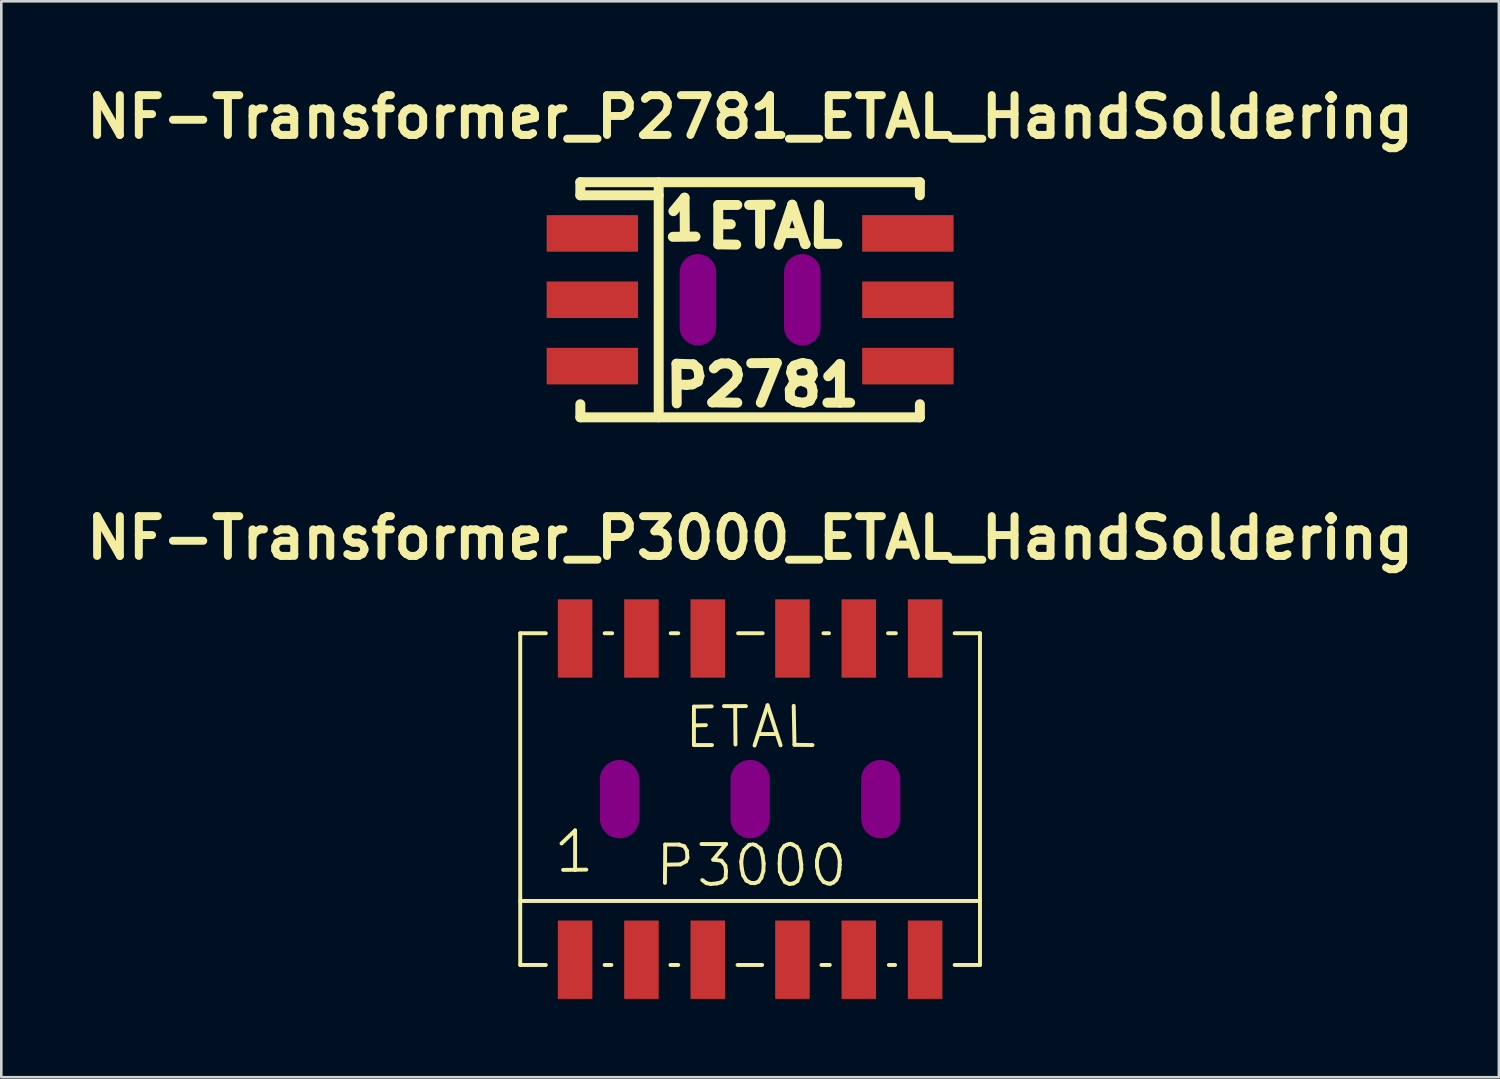
<source format=kicad_pcb>
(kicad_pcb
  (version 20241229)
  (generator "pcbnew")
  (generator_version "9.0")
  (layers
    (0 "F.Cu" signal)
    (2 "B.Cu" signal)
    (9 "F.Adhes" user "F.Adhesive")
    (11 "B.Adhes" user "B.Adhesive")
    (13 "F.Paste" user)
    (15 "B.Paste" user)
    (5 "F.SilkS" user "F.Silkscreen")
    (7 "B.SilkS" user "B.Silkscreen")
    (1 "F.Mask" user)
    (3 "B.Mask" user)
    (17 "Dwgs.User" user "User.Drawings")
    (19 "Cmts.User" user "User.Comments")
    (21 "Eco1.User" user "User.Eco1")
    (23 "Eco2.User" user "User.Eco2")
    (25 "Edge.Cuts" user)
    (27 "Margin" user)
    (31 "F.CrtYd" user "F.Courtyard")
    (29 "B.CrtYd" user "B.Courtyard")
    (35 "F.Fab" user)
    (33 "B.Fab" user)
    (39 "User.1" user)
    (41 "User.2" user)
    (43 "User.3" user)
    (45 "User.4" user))
  (footprint "NF-Transformer_P3000_ETAL_HandSoldering"
    (layer "F.Cu")
    (at 25.669 27.545)
    (property "Reference" "NF-Transformer_P3000_ETAL_HandSoldering" (at 0 -10 0) (layer "F.SilkS") (effects (font (size 1.524 1.524) (thickness 0.305))))
    (attr smd)
    (fp_line (start -8.801 -6.35) (end -7.821 -6.35) (stroke (width 0.15) (type solid)) (layer "F.SilkS"))
    (fp_line (start -8.801 6.35) (end -8.801 -6.35) (stroke (width 0.15) (type solid)) (layer "F.SilkS"))
    (fp_line (start -7.821 6.35) (end -8.801 6.35) (stroke (width 0.15) (type solid)) (layer "F.SilkS"))
    (fp_line (start -7.221 1.699) (end -6.701 1.199) (stroke (width 0.15) (type solid)) (layer "F.SilkS"))
    (fp_line (start -7.16 2.71) (end -6.271 2.7) (stroke (width 0.15) (type solid)) (layer "F.SilkS"))
    (fp_line (start -6.701 1.199) (end -6.701 2.72) (stroke (width 0.15) (type solid)) (layer "F.SilkS"))
    (fp_line (start -5.57 -6.35) (end -5.281 -6.35) (stroke (width 0.15) (type solid)) (layer "F.SilkS"))
    (fp_line (start -5.311 6.35) (end -5.57 6.35) (stroke (width 0.15) (type solid)) (layer "F.SilkS"))
    (fp_line (start -3.261 3.208) (end -3.251 1.74) (stroke (width 0.15) (type solid)) (layer "F.SilkS"))
    (fp_line (start -3.251 1.74) (end -2.72 1.74) (stroke (width 0.15) (type solid)) (layer "F.SilkS"))
    (fp_line (start -3.04 -6.35) (end -2.751 -6.35) (stroke (width 0.15) (type solid)) (layer "F.SilkS"))
    (fp_line (start -2.751 6.35) (end -3.051 6.35) (stroke (width 0.15) (type solid)) (layer "F.SilkS"))
    (fp_line (start -2.72 1.74) (end -2.52 1.808) (stroke (width 0.15) (type solid)) (layer "F.SilkS"))
    (fp_line (start -2.67 2.499) (end -3.17 2.51) (stroke (width 0.15) (type solid)) (layer "F.SilkS"))
    (fp_line (start -2.52 1.808) (end -2.421 1.979) (stroke (width 0.15) (type solid)) (layer "F.SilkS"))
    (fp_line (start -2.451 2.38) (end -2.67 2.499) (stroke (width 0.15) (type solid)) (layer "F.SilkS"))
    (fp_line (start -2.421 1.979) (end -2.4 2.24) (stroke (width 0.15) (type solid)) (layer "F.SilkS"))
    (fp_line (start -2.4 2.24) (end -2.451 2.38) (stroke (width 0.15) (type solid)) (layer "F.SilkS"))
    (fp_line (start -2.151 -3.541) (end -2.151 -2.07) (stroke (width 0.15) (type solid)) (layer "F.SilkS"))
    (fp_line (start -2.151 -2.822) (end -1.692 -2.832) (stroke (width 0.15) (type solid)) (layer "F.SilkS"))
    (fp_line (start -2.151 -2.07) (end -1.46 -2.07) (stroke (width 0.15) (type solid)) (layer "F.SilkS"))
    (fp_line (start -1.862 1.72) (end -0.922 1.72) (stroke (width 0.15) (type solid)) (layer "F.SilkS"))
    (fp_line (start -1.671 3.218) (end -1.831 3.099) (stroke (width 0.15) (type solid)) (layer "F.SilkS"))
    (fp_line (start -1.511 3.249) (end -1.671 3.218) (stroke (width 0.15) (type solid)) (layer "F.SilkS"))
    (fp_line (start -1.471 -3.551) (end -2.151 -3.541) (stroke (width 0.15) (type solid)) (layer "F.SilkS"))
    (fp_line (start -1.41 2.319) (end -1.1 2.36) (stroke (width 0.15) (type solid)) (layer "F.SilkS"))
    (fp_line (start -1.27 3.228) (end -1.511 3.249) (stroke (width 0.15) (type solid)) (layer "F.SilkS"))
    (fp_line (start -1.1 2.36) (end -0.95 2.55) (stroke (width 0.15) (type solid)) (layer "F.SilkS"))
    (fp_line (start -1.09 3.18) (end -1.27 3.228) (stroke (width 0.15) (type solid)) (layer "F.SilkS"))
    (fp_line (start -1.001 -3.561) (end -0.16 -3.561) (stroke (width 0.15) (type solid)) (layer "F.SilkS"))
    (fp_line (start -0.95 2.55) (end -0.922 2.758) (stroke (width 0.15) (type solid)) (layer "F.SilkS"))
    (fp_line (start -0.94 3.02) (end -1.09 3.18) (stroke (width 0.15) (type solid)) (layer "F.SilkS"))
    (fp_line (start -0.922 1.72) (end -1.41 2.319) (stroke (width 0.15) (type solid)) (layer "F.SilkS"))
    (fp_line (start -0.922 2.758) (end -0.94 3.02) (stroke (width 0.15) (type solid)) (layer "F.SilkS"))
    (fp_line (start -0.572 -3.551) (end -0.561 -2.09) (stroke (width 0.15) (type solid)) (layer "F.SilkS"))
    (fp_line (start -0.46 -6.35) (end 0.48 -6.35) (stroke (width 0.15) (type solid)) (layer "F.SilkS"))
    (fp_line (start -0.34 2.4) (end -0.3 2.118) (stroke (width 0.15) (type solid)) (layer "F.SilkS"))
    (fp_line (start -0.32 2.659) (end -0.34 2.4) (stroke (width 0.15) (type solid)) (layer "F.SilkS"))
    (fp_line (start -0.3 2.118) (end -0.231 1.948) (stroke (width 0.15) (type solid)) (layer "F.SilkS"))
    (fp_line (start -0.262 2.918) (end -0.32 2.659) (stroke (width 0.15) (type solid)) (layer "F.SilkS"))
    (fp_line (start -0.231 1.948) (end -0.041 1.76) (stroke (width 0.15) (type solid)) (layer "F.SilkS"))
    (fp_line (start -0.14 3.119) (end -0.262 2.918) (stroke (width 0.15) (type solid)) (layer "F.SilkS"))
    (fp_line (start -0.041 1.76) (end 0.028 1.74) (stroke (width 0.15) (type solid)) (layer "F.SilkS"))
    (fp_line (start 0.028 3.208) (end -0.14 3.119) (stroke (width 0.15) (type solid)) (layer "F.SilkS"))
    (fp_line (start 0.109 1.73) (end 0.208 1.76) (stroke (width 0.15) (type solid)) (layer "F.SilkS"))
    (fp_line (start 0.17 -2.052) (end 0.668 -3.592) (stroke (width 0.15) (type solid)) (layer "F.SilkS"))
    (fp_line (start 0.18 3.218) (end 0.028 3.208) (stroke (width 0.15) (type solid)) (layer "F.SilkS"))
    (fp_line (start 0.208 1.76) (end 0.399 1.9) (stroke (width 0.15) (type solid)) (layer "F.SilkS"))
    (fp_line (start 0.32 3.16) (end 0.18 3.218) (stroke (width 0.15) (type solid)) (layer "F.SilkS"))
    (fp_line (start 0.34 -2.492) (end 0.93 -2.492) (stroke (width 0.15) (type solid)) (layer "F.SilkS"))
    (fp_line (start 0.399 1.9) (end 0.48 2.159) (stroke (width 0.15) (type solid)) (layer "F.SilkS"))
    (fp_line (start 0.429 3.01) (end 0.32 3.16) (stroke (width 0.15) (type solid)) (layer "F.SilkS"))
    (fp_line (start 0.46 6.35) (end -0.48 6.35) (stroke (width 0.15) (type solid)) (layer "F.SilkS"))
    (fp_line (start 0.48 2.159) (end 0.518 2.469) (stroke (width 0.15) (type solid)) (layer "F.SilkS"))
    (fp_line (start 0.508 2.748) (end 0.429 3.01) (stroke (width 0.15) (type solid)) (layer "F.SilkS"))
    (fp_line (start 0.518 2.469) (end 0.508 2.748) (stroke (width 0.15) (type solid)) (layer "F.SilkS"))
    (fp_line (start 0.668 -3.592) (end 1.168 -2.06) (stroke (width 0.15) (type solid)) (layer "F.SilkS"))
    (fp_line (start 1.13 2.459) (end 1.148 2.149) (stroke (width 0.15) (type solid)) (layer "F.SilkS"))
    (fp_line (start 1.14 2.769) (end 1.13 2.459) (stroke (width 0.15) (type solid)) (layer "F.SilkS"))
    (fp_line (start 1.148 2.149) (end 1.199 1.948) (stroke (width 0.15) (type solid)) (layer "F.SilkS"))
    (fp_line (start 1.199 1.948) (end 1.308 1.798) (stroke (width 0.15) (type solid)) (layer "F.SilkS"))
    (fp_line (start 1.229 2.99) (end 1.14 2.769) (stroke (width 0.15) (type solid)) (layer "F.SilkS"))
    (fp_line (start 1.308 1.798) (end 1.4 1.75) (stroke (width 0.15) (type solid)) (layer "F.SilkS"))
    (fp_line (start 1.339 3.18) (end 1.229 2.99) (stroke (width 0.15) (type solid)) (layer "F.SilkS"))
    (fp_line (start 1.4 1.75) (end 1.478 1.72) (stroke (width 0.15) (type solid)) (layer "F.SilkS"))
    (fp_line (start 1.509 3.249) (end 1.339 3.18) (stroke (width 0.15) (type solid)) (layer "F.SilkS"))
    (fp_line (start 1.539 1.709) (end 1.628 1.74) (stroke (width 0.15) (type solid)) (layer "F.SilkS"))
    (fp_line (start 1.628 1.74) (end 1.788 1.829) (stroke (width 0.15) (type solid)) (layer "F.SilkS"))
    (fp_line (start 1.659 3.228) (end 1.509 3.249) (stroke (width 0.15) (type solid)) (layer "F.SilkS"))
    (fp_line (start 1.669 -3.571) (end 1.699 -2.08) (stroke (width 0.15) (type solid)) (layer "F.SilkS"))
    (fp_line (start 1.699 -2.08) (end 2.39 -2.07) (stroke (width 0.15) (type solid)) (layer "F.SilkS"))
    (fp_line (start 1.788 1.829) (end 1.88 1.979) (stroke (width 0.15) (type solid)) (layer "F.SilkS"))
    (fp_line (start 1.808 3.139) (end 1.659 3.228) (stroke (width 0.15) (type solid)) (layer "F.SilkS"))
    (fp_line (start 1.88 1.979) (end 1.92 2.24) (stroke (width 0.15) (type solid)) (layer "F.SilkS"))
    (fp_line (start 1.91 2.908) (end 1.808 3.139) (stroke (width 0.15) (type solid)) (layer "F.SilkS"))
    (fp_line (start 1.92 2.24) (end 1.958 2.499) (stroke (width 0.15) (type solid)) (layer "F.SilkS"))
    (fp_line (start 1.958 2.499) (end 1.958 2.71) (stroke (width 0.15) (type solid)) (layer "F.SilkS"))
    (fp_line (start 1.958 2.71) (end 1.91 2.908) (stroke (width 0.15) (type solid)) (layer "F.SilkS"))
    (fp_line (start 2.56 2.349) (end 2.619 2.108) (stroke (width 0.15) (type solid)) (layer "F.SilkS"))
    (fp_line (start 2.56 2.588) (end 2.56 2.349) (stroke (width 0.15) (type solid)) (layer "F.SilkS"))
    (fp_line (start 2.619 2.108) (end 2.68 1.93) (stroke (width 0.15) (type solid)) (layer "F.SilkS"))
    (fp_line (start 2.619 2.86) (end 2.56 2.588) (stroke (width 0.15) (type solid)) (layer "F.SilkS"))
    (fp_line (start 2.68 1.93) (end 2.738 1.849) (stroke (width 0.15) (type solid)) (layer "F.SilkS"))
    (fp_line (start 2.7 3.02) (end 2.619 2.86) (stroke (width 0.15) (type solid)) (layer "F.SilkS"))
    (fp_line (start 2.738 1.849) (end 2.87 1.778) (stroke (width 0.15) (type solid)) (layer "F.SilkS"))
    (fp_line (start 2.809 -6.35) (end 3.02 -6.35) (stroke (width 0.15) (type solid)) (layer "F.SilkS"))
    (fp_line (start 2.819 3.17) (end 2.7 3.02) (stroke (width 0.15) (type solid)) (layer "F.SilkS"))
    (fp_line (start 2.87 1.778) (end 2.959 1.75) (stroke (width 0.15) (type solid)) (layer "F.SilkS"))
    (fp_line (start 2.969 3.228) (end 2.819 3.17) (stroke (width 0.15) (type solid)) (layer "F.SilkS"))
    (fp_line (start 2.99 1.73) (end 3.109 1.76) (stroke (width 0.15) (type solid)) (layer "F.SilkS"))
    (fp_line (start 3.051 6.35) (end 2.731 6.35) (stroke (width 0.15) (type solid)) (layer "F.SilkS"))
    (fp_line (start 3.068 3.239) (end 2.969 3.228) (stroke (width 0.15) (type solid)) (layer "F.SilkS"))
    (fp_line (start 3.109 1.76) (end 3.19 1.798) (stroke (width 0.15) (type solid)) (layer "F.SilkS"))
    (fp_line (start 3.19 1.798) (end 3.249 1.869) (stroke (width 0.15) (type solid)) (layer "F.SilkS"))
    (fp_line (start 3.19 3.19) (end 3.068 3.239) (stroke (width 0.15) (type solid)) (layer "F.SilkS"))
    (fp_line (start 3.249 1.869) (end 3.34 2.009) (stroke (width 0.15) (type solid)) (layer "F.SilkS"))
    (fp_line (start 3.299 3.089) (end 3.19 3.19) (stroke (width 0.15) (type solid)) (layer "F.SilkS"))
    (fp_line (start 3.34 2.009) (end 3.399 2.169) (stroke (width 0.15) (type solid)) (layer "F.SilkS"))
    (fp_line (start 3.378 2.929) (end 3.299 3.089) (stroke (width 0.15) (type solid)) (layer "F.SilkS"))
    (fp_line (start 3.399 2.169) (end 3.429 2.329) (stroke (width 0.15) (type solid)) (layer "F.SilkS"))
    (fp_line (start 3.419 2.69) (end 3.378 2.929) (stroke (width 0.15) (type solid)) (layer "F.SilkS"))
    (fp_line (start 3.429 2.329) (end 3.429 2.52) (stroke (width 0.15) (type solid)) (layer "F.SilkS"))
    (fp_line (start 3.429 2.52) (end 3.419 2.69) (stroke (width 0.15) (type solid)) (layer "F.SilkS"))
    (fp_line (start 5.281 -6.35) (end 5.58 -6.35) (stroke (width 0.15) (type solid)) (layer "F.SilkS"))
    (fp_line (start 5.55 6.35) (end 5.311 6.35) (stroke (width 0.15) (type solid)) (layer "F.SilkS"))
    (fp_line (start 8.801 -6.35) (end 7.831 -6.35) (stroke (width 0.15) (type solid)) (layer "F.SilkS"))
    (fp_line (start 8.801 -6.35) (end 8.801 6.35) (stroke (width 0.15) (type solid)) (layer "F.SilkS"))
    (fp_line (start 8.801 3.899) (end -8.801 3.899) (stroke (width 0.15) (type solid)) (layer "F.SilkS"))
    (fp_line (start 8.801 6.35) (end 7.831 6.35) (stroke (width 0.15) (type solid)) (layer "F.SilkS"))
    (pad "" smd oval (at -5.001 0) (size 1.501 3) (layers "F.Adhes"))
    (pad "" smd oval (at 0 0) (size 1.501 3) (layers "F.Adhes"))
    (pad "" smd oval (at 5.001 0) (size 1.501 3) (layers "F.Adhes"))
    (pad "1" smd rect (at -6.701 6.149) (size 1.321 3) (layers "F.Cu" "F.Mask" "F.Paste"))
    (pad "2" smd rect (at -4.161 6.149) (size 1.321 3) (layers "F.Cu" "F.Mask" "F.Paste"))
    (pad "3" smd rect (at -1.621 6.149) (size 1.321 3) (layers "F.Cu" "F.Mask" "F.Paste"))
    (pad "4" smd rect (at 1.621 6.149) (size 1.321 3) (layers "F.Cu" "F.Mask" "F.Paste"))
    (pad "5" smd rect (at 4.161 6.149) (size 1.321 3) (layers "F.Cu" "F.Mask" "F.Paste"))
    (pad "6" smd rect (at 6.701 6.149) (size 1.321 3) (layers "F.Cu" "F.Mask" "F.Paste"))
    (pad "7" smd rect (at 6.701 -6.149) (size 1.321 3) (layers "F.Cu" "F.Mask" "F.Paste"))
    (pad "8" smd rect (at 4.161 -6.149) (size 1.321 3) (layers "F.Cu" "F.Mask" "F.Paste"))
    (pad "9" smd rect (at 1.621 -6.149) (size 1.321 3) (layers "F.Cu" "F.Mask" "F.Paste"))
    (pad "10" smd rect (at -1.621 -6.149) (size 1.321 3) (layers "F.Cu" "F.Mask" "F.Paste"))
    (pad "11" smd rect (at -4.161 -6.149) (size 1.321 3) (layers "F.Cu" "F.Mask" "F.Paste"))
    (pad "12" smd rect (at -6.701 -6.149) (size 1.321 3) (layers "F.Cu" "F.Mask" "F.Paste")))
  (footprint "NF-Transformer_P2781_ETAL_HandSoldering"
    (layer "F.Cu")
    (at 25.669 8.427)
    (property "Reference" "NF-Transformer_P2781_ETAL_HandSoldering" (at 0 -7 0) (layer "F.SilkS") (effects (font (size 1.524 1.524) (thickness 0.305))))
    (attr smd)
    (fp_line (start -6.5 -4.501) (end -6.5 -4) (stroke (width 0.381) (type solid)) (layer "F.SilkS"))
    (fp_line (start -6.5 -4.501) (end 6.5 -4.501) (stroke (width 0.381) (type solid)) (layer "F.SilkS"))
    (fp_line (start -6.5 -4) (end -3.5 -4) (stroke (width 0.381) (type solid)) (layer "F.SilkS"))
    (fp_line (start -6.5 4.501) (end -6.5 4) (stroke (width 0.381) (type solid)) (layer "F.SilkS"))
    (fp_line (start -3.5 -4.501) (end -3.5 4.501) (stroke (width 0.381) (type solid)) (layer "F.SilkS"))
    (fp_line (start -2.959 -2.41) (end -2.09 -2.421) (stroke (width 0.381) (type solid)) (layer "F.SilkS"))
    (fp_line (start -2.939 -3.391) (end -2.51 -3.909) (stroke (width 0.381) (type solid)) (layer "F.SilkS"))
    (fp_line (start -2.819 2.449) (end -2.179 2.469) (stroke (width 0.381) (type solid)) (layer "F.SilkS"))
    (fp_line (start -2.809 3.967) (end -2.819 2.449) (stroke (width 0.381) (type solid)) (layer "F.SilkS"))
    (fp_line (start -2.51 -3.909) (end -2.499 -2.431) (stroke (width 0.381) (type solid)) (layer "F.SilkS"))
    (fp_line (start -2.441 3.259) (end -2.771 3.239) (stroke (width 0.381) (type solid)) (layer "F.SilkS"))
    (fp_line (start -2.21 3.239) (end -2.441 3.259) (stroke (width 0.381) (type solid)) (layer "F.SilkS"))
    (fp_line (start -2.179 2.469) (end -1.999 2.629) (stroke (width 0.381) (type solid)) (layer "F.SilkS"))
    (fp_line (start -1.999 2.629) (end -1.941 2.918) (stroke (width 0.381) (type solid)) (layer "F.SilkS"))
    (fp_line (start -1.999 3.129) (end -2.21 3.239) (stroke (width 0.381) (type solid)) (layer "F.SilkS"))
    (fp_line (start -1.941 2.918) (end -1.999 3.129) (stroke (width 0.381) (type solid)) (layer "F.SilkS"))
    (fp_line (start -1.45 3.929) (end -0.49 3.94) (stroke (width 0.381) (type solid)) (layer "F.SilkS"))
    (fp_line (start -1.389 2.629) (end -1.25 2.499) (stroke (width 0.381) (type solid)) (layer "F.SilkS"))
    (fp_line (start -1.25 2.499) (end -1.09 2.438) (stroke (width 0.381) (type solid)) (layer "F.SilkS"))
    (fp_line (start -1.219 -3.63) (end -1.219 -2.121) (stroke (width 0.381) (type solid)) (layer "F.SilkS"))
    (fp_line (start -1.219 -2.121) (end -0.531 -2.111) (stroke (width 0.381) (type solid)) (layer "F.SilkS"))
    (fp_line (start -1.191 -2.891) (end -0.739 -2.891) (stroke (width 0.381) (type solid)) (layer "F.SilkS"))
    (fp_line (start -1.09 2.438) (end -0.831 2.438) (stroke (width 0.381) (type solid)) (layer "F.SilkS"))
    (fp_line (start -0.831 2.438) (end -0.671 2.499) (stroke (width 0.381) (type solid)) (layer "F.SilkS"))
    (fp_line (start -0.671 2.499) (end -0.511 2.68) (stroke (width 0.381) (type solid)) (layer "F.SilkS"))
    (fp_line (start -0.65 3.208) (end -1.45 3.929) (stroke (width 0.381) (type solid)) (layer "F.SilkS"))
    (fp_line (start -0.511 2.68) (end -0.47 2.868) (stroke (width 0.381) (type solid)) (layer "F.SilkS"))
    (fp_line (start -0.511 3.038) (end -0.65 3.208) (stroke (width 0.381) (type solid)) (layer "F.SilkS"))
    (fp_line (start -0.49 -3.63) (end -1.219 -3.63) (stroke (width 0.381) (type solid)) (layer "F.SilkS"))
    (fp_line (start -0.47 2.868) (end -0.511 3.038) (stroke (width 0.381) (type solid)) (layer "F.SilkS"))
    (fp_line (start -0.041 -3.63) (end 0.79 -3.64) (stroke (width 0.381) (type solid)) (layer "F.SilkS"))
    (fp_line (start 0.041 2.428) (end 1.021 2.418) (stroke (width 0.381) (type solid)) (layer "F.SilkS"))
    (fp_line (start 0.381 -3.609) (end 0.381 -2.141) (stroke (width 0.381) (type solid)) (layer "F.SilkS"))
    (fp_line (start 1.021 2.418) (end 0.409 3.94) (stroke (width 0.381) (type solid)) (layer "F.SilkS"))
    (fp_line (start 1.09 -2.101) (end 1.61 -3.64) (stroke (width 0.381) (type solid)) (layer "F.SilkS"))
    (fp_line (start 1.25 -2.55) (end 1.9 -2.55) (stroke (width 0.381) (type solid)) (layer "F.SilkS"))
    (fp_line (start 1.519 3.449) (end 1.529 3.759) (stroke (width 0.381) (type solid)) (layer "F.SilkS"))
    (fp_line (start 1.529 3.759) (end 1.679 3.868) (stroke (width 0.381) (type solid)) (layer "F.SilkS"))
    (fp_line (start 1.57 2.789) (end 1.6 2.629) (stroke (width 0.381) (type solid)) (layer "F.SilkS"))
    (fp_line (start 1.6 2.629) (end 1.689 2.52) (stroke (width 0.381) (type solid)) (layer "F.SilkS"))
    (fp_line (start 1.61 -3.64) (end 2.111 -2.131) (stroke (width 0.381) (type solid)) (layer "F.SilkS"))
    (fp_line (start 1.651 3) (end 1.57 2.789) (stroke (width 0.381) (type solid)) (layer "F.SilkS"))
    (fp_line (start 1.669 3.198) (end 1.519 3.449) (stroke (width 0.381) (type solid)) (layer "F.SilkS"))
    (fp_line (start 1.679 3.868) (end 1.829 3.919) (stroke (width 0.381) (type solid)) (layer "F.SilkS"))
    (fp_line (start 1.689 2.52) (end 1.93 2.438) (stroke (width 0.381) (type solid)) (layer "F.SilkS"))
    (fp_line (start 1.791 3.089) (end 1.651 3) (stroke (width 0.381) (type solid)) (layer "F.SilkS"))
    (fp_line (start 1.829 3.919) (end 2.06 3.94) (stroke (width 0.381) (type solid)) (layer "F.SilkS"))
    (fp_line (start 1.9 3.099) (end 1.669 3.198) (stroke (width 0.381) (type solid)) (layer "F.SilkS"))
    (fp_line (start 2.019 2.418) (end 2.25 2.469) (stroke (width 0.381) (type solid)) (layer "F.SilkS"))
    (fp_line (start 2.019 3.119) (end 1.791 3.089) (stroke (width 0.381) (type solid)) (layer "F.SilkS"))
    (fp_line (start 2.06 3.94) (end 2.281 3.868) (stroke (width 0.381) (type solid)) (layer "F.SilkS"))
    (fp_line (start 2.111 -2.131) (end 2.129 -2.131) (stroke (width 0.381) (type solid)) (layer "F.SilkS"))
    (fp_line (start 2.159 3.089) (end 1.9 3.099) (stroke (width 0.381) (type solid)) (layer "F.SilkS"))
    (fp_line (start 2.23 3.198) (end 2.019 3.119) (stroke (width 0.381) (type solid)) (layer "F.SilkS"))
    (fp_line (start 2.25 2.469) (end 2.38 2.659) (stroke (width 0.381) (type solid)) (layer "F.SilkS"))
    (fp_line (start 2.281 3.868) (end 2.38 3.688) (stroke (width 0.381) (type solid)) (layer "F.SilkS"))
    (fp_line (start 2.329 3) (end 2.159 3.089) (stroke (width 0.381) (type solid)) (layer "F.SilkS"))
    (fp_line (start 2.349 3.32) (end 2.23 3.198) (stroke (width 0.381) (type solid)) (layer "F.SilkS"))
    (fp_line (start 2.38 2.659) (end 2.4 2.868) (stroke (width 0.381) (type solid)) (layer "F.SilkS"))
    (fp_line (start 2.38 3.688) (end 2.39 3.487) (stroke (width 0.381) (type solid)) (layer "F.SilkS"))
    (fp_line (start 2.39 3.487) (end 2.349 3.32) (stroke (width 0.381) (type solid)) (layer "F.SilkS"))
    (fp_line (start 2.4 2.868) (end 2.329 3) (stroke (width 0.381) (type solid)) (layer "F.SilkS"))
    (fp_line (start 2.629 -2.141) (end 3.34 -2.141) (stroke (width 0.381) (type solid)) (layer "F.SilkS"))
    (fp_line (start 2.639 -3.64) (end 2.629 -2.141) (stroke (width 0.381) (type solid)) (layer "F.SilkS"))
    (fp_line (start 2.959 3.94) (end 3.83 3.94) (stroke (width 0.381) (type solid)) (layer "F.SilkS"))
    (fp_line (start 2.99 2.929) (end 3.439 2.459) (stroke (width 0.381) (type solid)) (layer "F.SilkS"))
    (fp_line (start 3.439 2.459) (end 3.439 3.94) (stroke (width 0.381) (type solid)) (layer "F.SilkS"))
    (fp_line (start 6.5 -4.501) (end 6.5 -4) (stroke (width 0.381) (type solid)) (layer "F.SilkS"))
    (fp_line (start 6.5 4.501) (end -6.5 4.501) (stroke (width 0.381) (type solid)) (layer "F.SilkS"))
    (fp_line (start 6.5 4.501) (end 6.5 4) (stroke (width 0.381) (type solid)) (layer "F.SilkS"))
    (pad "" smd oval (at -1.999 0 90) (size 3.5 1.4) (layers "F.Adhes"))
    (pad "" smd oval (at 1.999 0 90) (size 3.5 1.4) (layers "F.Adhes"))
    (pad "1" smd rect (at -6.04 -2.54) (size 3.5 1.4) (layers "F.Cu" "F.Mask" "F.Paste"))
    (pad "2" smd rect (at -6.04 0) (size 3.5 1.4) (layers "F.Cu" "F.Mask" "F.Paste"))
    (pad "3" smd rect (at -6.04 2.54) (size 3.5 1.4) (layers "F.Cu" "F.Mask" "F.Paste"))
    (pad "4" smd rect (at 6.04 2.54) (size 3.5 1.4) (layers "F.Cu" "F.Mask" "F.Paste"))
    (pad "5" smd rect (at 6.04 0) (size 3.5 1.4) (layers "F.Cu" "F.Mask" "F.Paste"))
    (pad "6" smd rect (at 6.04 -2.54) (size 3.5 1.4) (layers "F.Cu" "F.Mask" "F.Paste")))
  (gr_rect
    (start -3 -3)
    (end 54.337 38.194)
    (stroke (width 0.1) (type default))
    (fill no)
    (layer "Edge.Cuts")))
</source>
